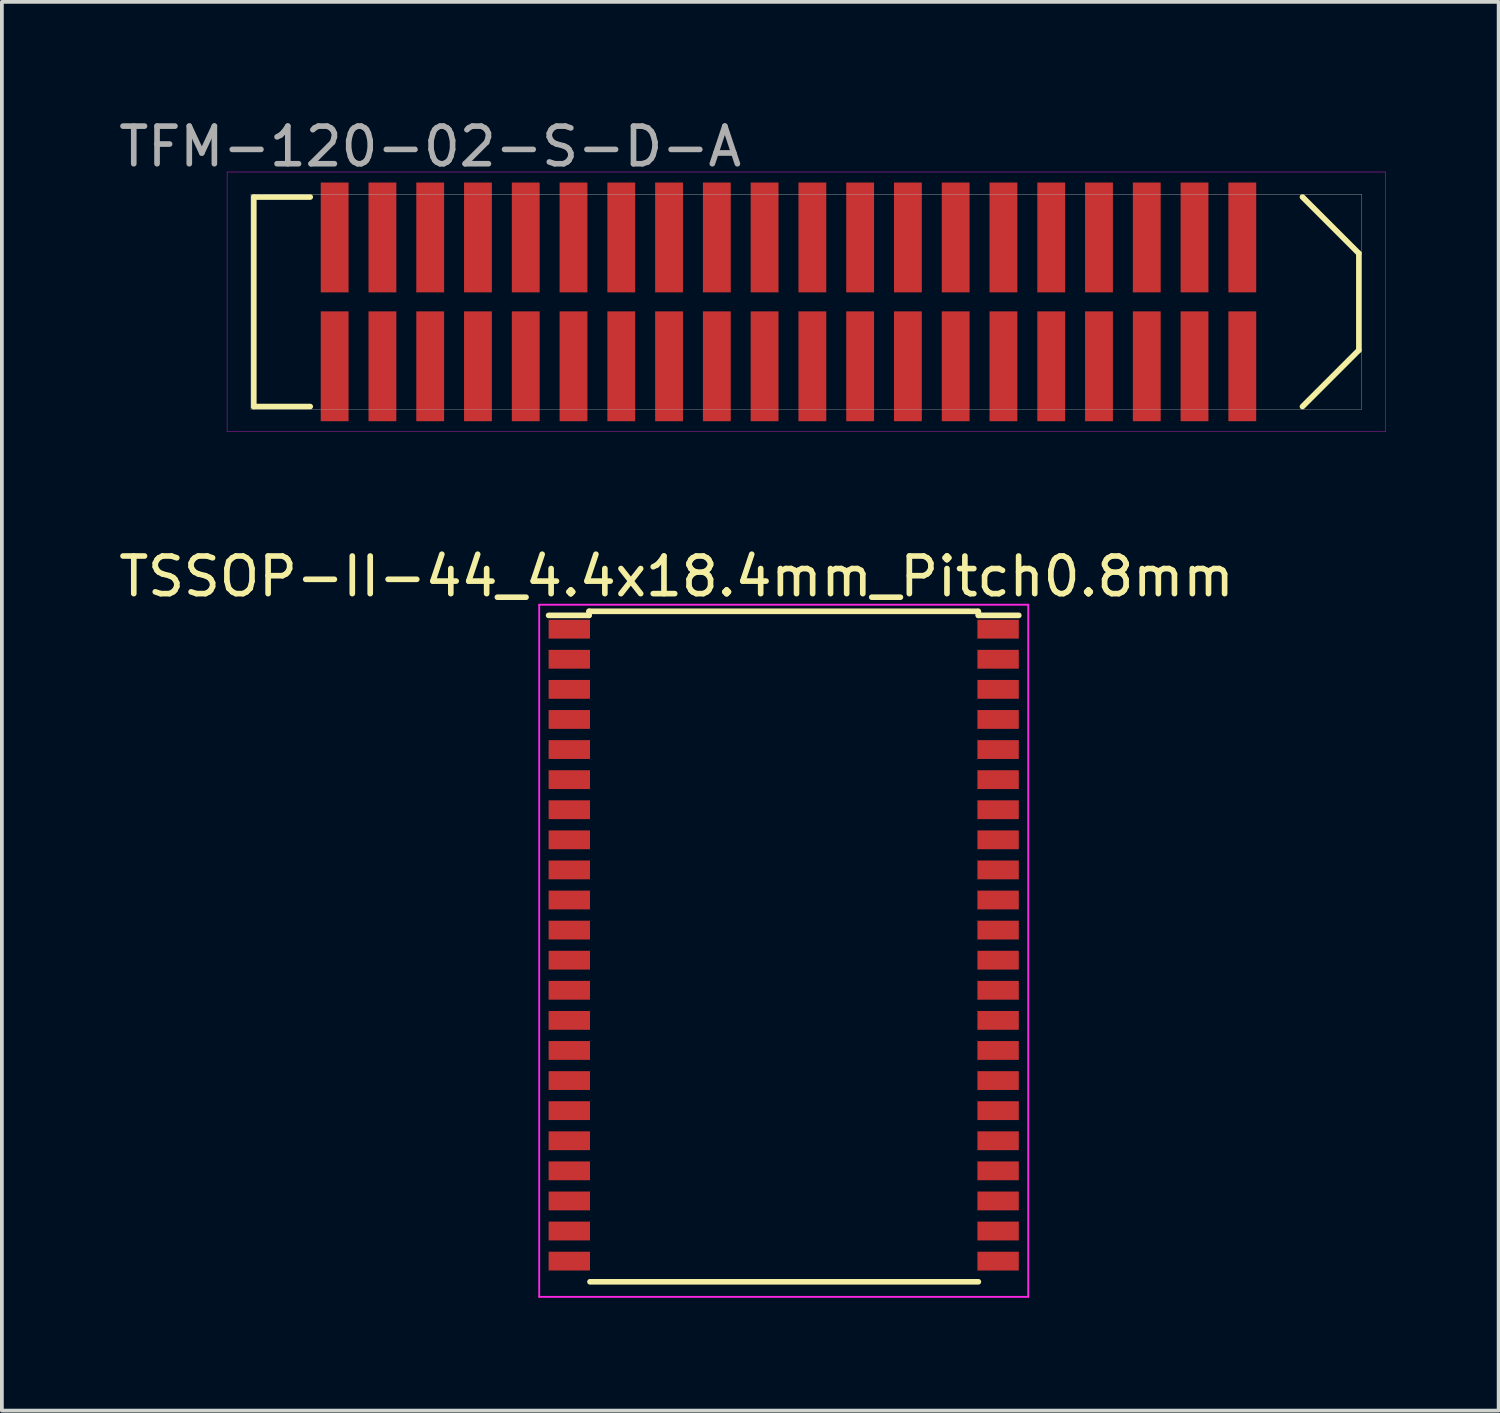
<source format=kicad_pcb>
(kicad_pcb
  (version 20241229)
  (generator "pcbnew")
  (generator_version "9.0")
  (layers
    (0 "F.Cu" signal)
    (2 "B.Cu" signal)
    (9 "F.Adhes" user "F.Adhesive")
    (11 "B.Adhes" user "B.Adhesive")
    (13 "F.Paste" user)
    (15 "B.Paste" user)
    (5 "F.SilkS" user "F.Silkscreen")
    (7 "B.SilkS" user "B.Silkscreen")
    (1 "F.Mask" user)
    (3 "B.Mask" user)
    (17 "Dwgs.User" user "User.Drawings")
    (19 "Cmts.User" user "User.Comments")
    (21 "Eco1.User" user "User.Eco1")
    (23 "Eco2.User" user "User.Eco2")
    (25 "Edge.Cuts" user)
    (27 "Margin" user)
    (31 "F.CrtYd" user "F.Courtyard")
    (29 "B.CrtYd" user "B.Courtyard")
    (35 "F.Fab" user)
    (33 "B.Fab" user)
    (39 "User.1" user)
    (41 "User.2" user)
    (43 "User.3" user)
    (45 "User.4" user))
  (footprint "TSSOP-II-44_4.4x18.4mm_Pitch0.8mm"
    (layer "F.Cu")
    (at 14.935 22.427)
    (property "Reference" "TSSOP-II-44_4.4x18.4mm_Pitch0.8mm" (at 0 -10.15 0) (layer "F.SilkS") (effects (font (size 1 1) (thickness 0.15))))
    (attr smd)
    (fp_line (start -2.325 -9.225) (end -2.325 -9.117) (stroke (width 0.15) (type solid)) (layer "F.SilkS"))
    (fp_line (start -2.325 -9.225) (end 8 -9.225) (stroke (width 0.15) (type solid)) (layer "F.SilkS"))
    (fp_line (start -2.325 -9.117) (end -3.4 -9.117) (stroke (width 0.15) (type solid)) (layer "F.SilkS"))
    (fp_line (start -2.3 8.6) (end 8.025 8.6) (stroke (width 0.15) (type solid)) (layer "F.SilkS"))
    (fp_line (start 8.025 -9.225) (end 8.025 -9.117) (stroke (width 0.15) (type solid)) (layer "F.SilkS"))
    (fp_line (start 9.1 -9.117) (end 8.025 -9.117) (stroke (width 0.15) (type solid)) (layer "F.SilkS"))
    (fp_line (start -3.65 -9.4) (end -3.65 9) (stroke (width 0.05) (type solid)) (layer "F.CrtYd"))
    (fp_line (start -3.65 -9.4) (end 9.35 -9.4) (stroke (width 0.05) (type solid)) (layer "F.CrtYd"))
    (fp_line (start -3.65 9) (end 9.35 9) (stroke (width 0.05) (type solid)) (layer "F.CrtYd"))
    (fp_line (start 9.35 -9.4) (end 9.35 9) (stroke (width 0.05) (type solid)) (layer "F.CrtYd"))
    (pad "1" smd rect (at -2.85 -8.75) (size 1.1 0.5) (layers "F.Cu" "F.Mask" "F.Paste"))
    (pad "2" smd rect (at -2.85 -7.95) (size 1.1 0.5) (layers "F.Cu" "F.Mask" "F.Paste"))
    (pad "3" smd rect (at -2.85 -7.15) (size 1.1 0.5) (layers "F.Cu" "F.Mask" "F.Paste"))
    (pad "4" smd rect (at -2.85 -6.35) (size 1.1 0.5) (layers "F.Cu" "F.Mask" "F.Paste"))
    (pad "5" smd rect (at -2.85 -5.55) (size 1.1 0.5) (layers "F.Cu" "F.Mask" "F.Paste"))
    (pad "6" smd rect (at -2.85 -4.75) (size 1.1 0.5) (layers "F.Cu" "F.Mask" "F.Paste"))
    (pad "7" smd rect (at -2.85 -3.95) (size 1.1 0.5) (layers "F.Cu" "F.Mask" "F.Paste"))
    (pad "8" smd rect (at -2.85 -3.15) (size 1.1 0.5) (layers "F.Cu" "F.Mask" "F.Paste"))
    (pad "9" smd rect (at -2.85 -2.35) (size 1.1 0.5) (layers "F.Cu" "F.Mask" "F.Paste"))
    (pad "10" smd rect (at -2.85 -1.55) (size 1.1 0.5) (layers "F.Cu" "F.Mask" "F.Paste"))
    (pad "11" smd rect (at -2.85 -0.75) (size 1.1 0.5) (layers "F.Cu" "F.Mask" "F.Paste"))
    (pad "12" smd rect (at -2.85 0.05) (size 1.1 0.5) (layers "F.Cu" "F.Mask" "F.Paste"))
    (pad "13" smd rect (at -2.85 0.85) (size 1.1 0.5) (layers "F.Cu" "F.Mask" "F.Paste"))
    (pad "14" smd rect (at -2.85 1.65) (size 1.1 0.5) (layers "F.Cu" "F.Mask" "F.Paste"))
    (pad "15" smd rect (at -2.85 2.45) (size 1.1 0.5) (layers "F.Cu" "F.Mask" "F.Paste"))
    (pad "16" smd rect (at -2.85 3.25) (size 1.1 0.5) (layers "F.Cu" "F.Mask" "F.Paste"))
    (pad "17" smd rect (at -2.85 4.05) (size 1.1 0.5) (layers "F.Cu" "F.Mask" "F.Paste"))
    (pad "18" smd rect (at -2.85 4.85) (size 1.1 0.5) (layers "F.Cu" "F.Mask" "F.Paste"))
    (pad "19" smd rect (at -2.85 5.65) (size 1.1 0.5) (layers "F.Cu" "F.Mask" "F.Paste"))
    (pad "20" smd rect (at -2.85 6.45) (size 1.1 0.5) (layers "F.Cu" "F.Mask" "F.Paste"))
    (pad "21" smd rect (at -2.85 7.25) (size 1.1 0.5) (layers "F.Cu" "F.Mask" "F.Paste"))
    (pad "22" smd rect (at -2.85 8.05) (size 1.1 0.5) (layers "F.Cu" "F.Mask" "F.Paste"))
    (pad "23" smd rect (at 8.55 8.05) (size 1.1 0.5) (layers "F.Cu" "F.Mask" "F.Paste"))
    (pad "24" smd rect (at 8.55 7.25) (size 1.1 0.5) (layers "F.Cu" "F.Mask" "F.Paste"))
    (pad "25" smd rect (at 8.55 6.45) (size 1.1 0.5) (layers "F.Cu" "F.Mask" "F.Paste"))
    (pad "26" smd rect (at 8.55 5.65) (size 1.1 0.5) (layers "F.Cu" "F.Mask" "F.Paste"))
    (pad "27" smd rect (at 8.55 4.85) (size 1.1 0.5) (layers "F.Cu" "F.Mask" "F.Paste"))
    (pad "28" smd rect (at 8.55 4.05) (size 1.1 0.5) (layers "F.Cu" "F.Mask" "F.Paste"))
    (pad "29" smd rect (at 8.55 3.25) (size 1.1 0.5) (layers "F.Cu" "F.Mask" "F.Paste"))
    (pad "30" smd rect (at 8.55 2.45) (size 1.1 0.5) (layers "F.Cu" "F.Mask" "F.Paste"))
    (pad "31" smd rect (at 8.55 1.65) (size 1.1 0.5) (layers "F.Cu" "F.Mask" "F.Paste"))
    (pad "32" smd rect (at 8.55 0.85) (size 1.1 0.5) (layers "F.Cu" "F.Mask" "F.Paste"))
    (pad "33" smd rect (at 8.55 0.05) (size 1.1 0.5) (layers "F.Cu" "F.Mask" "F.Paste"))
    (pad "34" smd rect (at 8.55 -0.75) (size 1.1 0.5) (layers "F.Cu" "F.Mask" "F.Paste"))
    (pad "35" smd rect (at 8.55 -1.55) (size 1.1 0.5) (layers "F.Cu" "F.Mask" "F.Paste"))
    (pad "36" smd rect (at 8.55 -2.35) (size 1.1 0.5) (layers "F.Cu" "F.Mask" "F.Paste"))
    (pad "37" smd rect (at 8.55 -3.15) (size 1.1 0.5) (layers "F.Cu" "F.Mask" "F.Paste"))
    (pad "38" smd rect (at 8.55 -3.95) (size 1.1 0.5) (layers "F.Cu" "F.Mask" "F.Paste"))
    (pad "39" smd rect (at 8.55 -4.75) (size 1.1 0.5) (layers "F.Cu" "F.Mask" "F.Paste"))
    (pad "40" smd rect (at 8.55 -5.55) (size 1.1 0.5) (layers "F.Cu" "F.Mask" "F.Paste"))
    (pad "41" smd rect (at 8.55 -6.35) (size 1.1 0.5) (layers "F.Cu" "F.Mask" "F.Paste"))
    (pad "42" smd rect (at 8.55 -7.15) (size 1.1 0.5) (layers "F.Cu" "F.Mask" "F.Paste"))
    (pad "43" smd rect (at 8.55 -7.95) (size 1.1 0.5) (layers "F.Cu" "F.Mask" "F.Paste"))
    (pad "44" smd rect (at 8.55 -8.75) (size 1.1 0.5) (layers "F.Cu" "F.Mask" "F.Paste")))
  (footprint "TFM-120-02-S-D-A"
    (layer "F.Cu")
    (at 8.387 4.973)
    (property "Reference" "TFM-120-02-S-D-A" (at 0 -4.125 0) (layer "F.Fab") (effects (font (size 1 1) (thickness 0.15))))
    (attr through_hole)
    (fp_line (start -4.69 -2.785) (end -4.69 2.785) (stroke (width 0.15) (type solid)) (layer "F.SilkS"))
    (fp_line (start -4.69 2.785) (end -3.19 2.785) (stroke (width 0.15) (type solid)) (layer "F.SilkS"))
    (fp_line (start -3.19 -2.785) (end -4.69 -2.785) (stroke (width 0.15) (type solid)) (layer "F.SilkS"))
    (fp_line (start 23.19 2.785) (end 24.69 1.285) (stroke (width 0.15) (type solid)) (layer "F.SilkS"))
    (fp_line (start 24.69 -1.285) (end 23.19 -2.785) (stroke (width 0.15) (type solid)) (layer "F.SilkS"))
    (fp_line (start 24.69 1.285) (end 24.69 -1.285) (stroke (width 0.15) (type solid)) (layer "F.SilkS"))
    (fp_line (start -5.4 -3.45) (end 25.4 -3.45) (stroke (width 0.01) (type solid)) (layer "F.CrtYd"))
    (fp_line (start -5.4 3.45) (end -5.4 -3.45) (stroke (width 0.01) (type solid)) (layer "F.CrtYd"))
    (fp_line (start 25.4 -3.45) (end 25.4 3.45) (stroke (width 0.01) (type solid)) (layer "F.CrtYd"))
    (fp_line (start 25.4 3.45) (end -5.4 3.45) (stroke (width 0.01) (type solid)) (layer "F.CrtYd"))
    (fp_line (start -4.765 -2.86) (end 24.765 -2.86) (stroke (width 0.01) (type solid)) (layer "F.Fab"))
    (fp_line (start -4.765 2.86) (end -4.765 -2.86) (stroke (width 0.01) (type solid)) (layer "F.Fab"))
    (fp_line (start 24.765 -2.86) (end 24.765 2.86) (stroke (width 0.01) (type solid)) (layer "F.Fab"))
    (fp_line (start 24.765 2.86) (end -4.765 2.86) (stroke (width 0.01) (type solid)) (layer "F.Fab"))
    (pad "1" smd rect (at -2.54 1.715) (size 0.74 2.92) (layers "F.Cu" "F.Mask" "F.Paste"))
    (pad "2" smd rect (at -2.54 -1.71) (size 0.74 2.92) (layers "F.Cu" "F.Mask" "F.Paste"))
    (pad "3" smd rect (at -1.27 1.715) (size 0.74 2.92) (layers "F.Cu" "F.Mask" "F.Paste"))
    (pad "4" smd rect (at -1.27 -1.71) (size 0.74 2.92) (layers "F.Cu" "F.Mask" "F.Paste"))
    (pad "5" smd rect (at 0 1.715) (size 0.74 2.92) (layers "F.Cu" "F.Mask" "F.Paste"))
    (pad "6" smd rect (at 0 -1.71) (size 0.74 2.92) (layers "F.Cu" "F.Mask" "F.Paste"))
    (pad "7" smd rect (at 1.27 1.715) (size 0.74 2.92) (layers "F.Cu" "F.Mask" "F.Paste"))
    (pad "8" smd rect (at 1.27 -1.71) (size 0.74 2.92) (layers "F.Cu" "F.Mask" "F.Paste"))
    (pad "9" smd rect (at 2.54 1.715) (size 0.74 2.92) (layers "F.Cu" "F.Mask" "F.Paste"))
    (pad "10" smd rect (at 2.54 -1.71) (size 0.74 2.92) (layers "F.Cu" "F.Mask" "F.Paste"))
    (pad "11" smd rect (at 3.81 1.715) (size 0.74 2.92) (layers "F.Cu" "F.Mask" "F.Paste"))
    (pad "12" smd rect (at 3.81 -1.71) (size 0.74 2.92) (layers "F.Cu" "F.Mask" "F.Paste"))
    (pad "13" smd rect (at 5.08 1.715) (size 0.74 2.92) (layers "F.Cu" "F.Mask" "F.Paste"))
    (pad "14" smd rect (at 5.08 -1.71) (size 0.74 2.92) (layers "F.Cu" "F.Mask" "F.Paste"))
    (pad "15" smd rect (at 6.35 1.715) (size 0.74 2.92) (layers "F.Cu" "F.Mask" "F.Paste"))
    (pad "16" smd rect (at 6.35 -1.71) (size 0.74 2.92) (layers "F.Cu" "F.Mask" "F.Paste"))
    (pad "17" smd rect (at 7.62 1.715) (size 0.74 2.92) (layers "F.Cu" "F.Mask" "F.Paste"))
    (pad "18" smd rect (at 7.62 -1.71) (size 0.74 2.92) (layers "F.Cu" "F.Mask" "F.Paste"))
    (pad "19" smd rect (at 8.89 1.715) (size 0.74 2.92) (layers "F.Cu" "F.Mask" "F.Paste"))
    (pad "20" smd rect (at 8.89 -1.71) (size 0.74 2.92) (layers "F.Cu" "F.Mask" "F.Paste"))
    (pad "21" smd rect (at 10.16 1.715) (size 0.74 2.92) (layers "F.Cu" "F.Mask" "F.Paste"))
    (pad "22" smd rect (at 10.16 -1.71) (size 0.74 2.92) (layers "F.Cu" "F.Mask" "F.Paste"))
    (pad "23" smd rect (at 11.43 1.715) (size 0.74 2.92) (layers "F.Cu" "F.Mask" "F.Paste"))
    (pad "24" smd rect (at 11.43 -1.71) (size 0.74 2.92) (layers "F.Cu" "F.Mask" "F.Paste"))
    (pad "25" smd rect (at 12.7 1.715) (size 0.74 2.92) (layers "F.Cu" "F.Mask" "F.Paste"))
    (pad "26" smd rect (at 12.7 -1.71) (size 0.74 2.92) (layers "F.Cu" "F.Mask" "F.Paste"))
    (pad "27" smd rect (at 13.97 1.715) (size 0.74 2.92) (layers "F.Cu" "F.Mask" "F.Paste"))
    (pad "28" smd rect (at 13.97 -1.71) (size 0.74 2.92) (layers "F.Cu" "F.Mask" "F.Paste"))
    (pad "29" smd rect (at 15.24 1.715) (size 0.74 2.92) (layers "F.Cu" "F.Mask" "F.Paste"))
    (pad "30" smd rect (at 15.24 -1.71) (size 0.74 2.92) (layers "F.Cu" "F.Mask" "F.Paste"))
    (pad "31" smd rect (at 16.51 1.715) (size 0.74 2.92) (layers "F.Cu" "F.Mask" "F.Paste"))
    (pad "32" smd rect (at 16.51 -1.71) (size 0.74 2.92) (layers "F.Cu" "F.Mask" "F.Paste"))
    (pad "33" smd rect (at 17.78 1.715) (size 0.74 2.92) (layers "F.Cu" "F.Mask" "F.Paste"))
    (pad "34" smd rect (at 17.78 -1.71) (size 0.74 2.92) (layers "F.Cu" "F.Mask" "F.Paste"))
    (pad "35" smd rect (at 19.05 1.715) (size 0.74 2.92) (layers "F.Cu" "F.Mask" "F.Paste"))
    (pad "36" smd rect (at 19.05 -1.71) (size 0.74 2.92) (layers "F.Cu" "F.Mask" "F.Paste"))
    (pad "37" smd rect (at 20.32 1.715) (size 0.74 2.92) (layers "F.Cu" "F.Mask" "F.Paste"))
    (pad "38" smd rect (at 20.32 -1.71) (size 0.74 2.92) (layers "F.Cu" "F.Mask" "F.Paste"))
    (pad "39" smd rect (at 21.59 1.715) (size 0.74 2.92) (layers "F.Cu" "F.Mask" "F.Paste"))
    (pad "40" smd rect (at 21.59 -1.71) (size 0.74 2.92) (layers "F.Cu" "F.Mask" "F.Paste")))
  (gr_rect
    (start -3 -3)
    (end 36.792 34.452)
    (stroke (width 0.1) (type default))
    (fill no)
    (layer "Edge.Cuts")))
</source>
